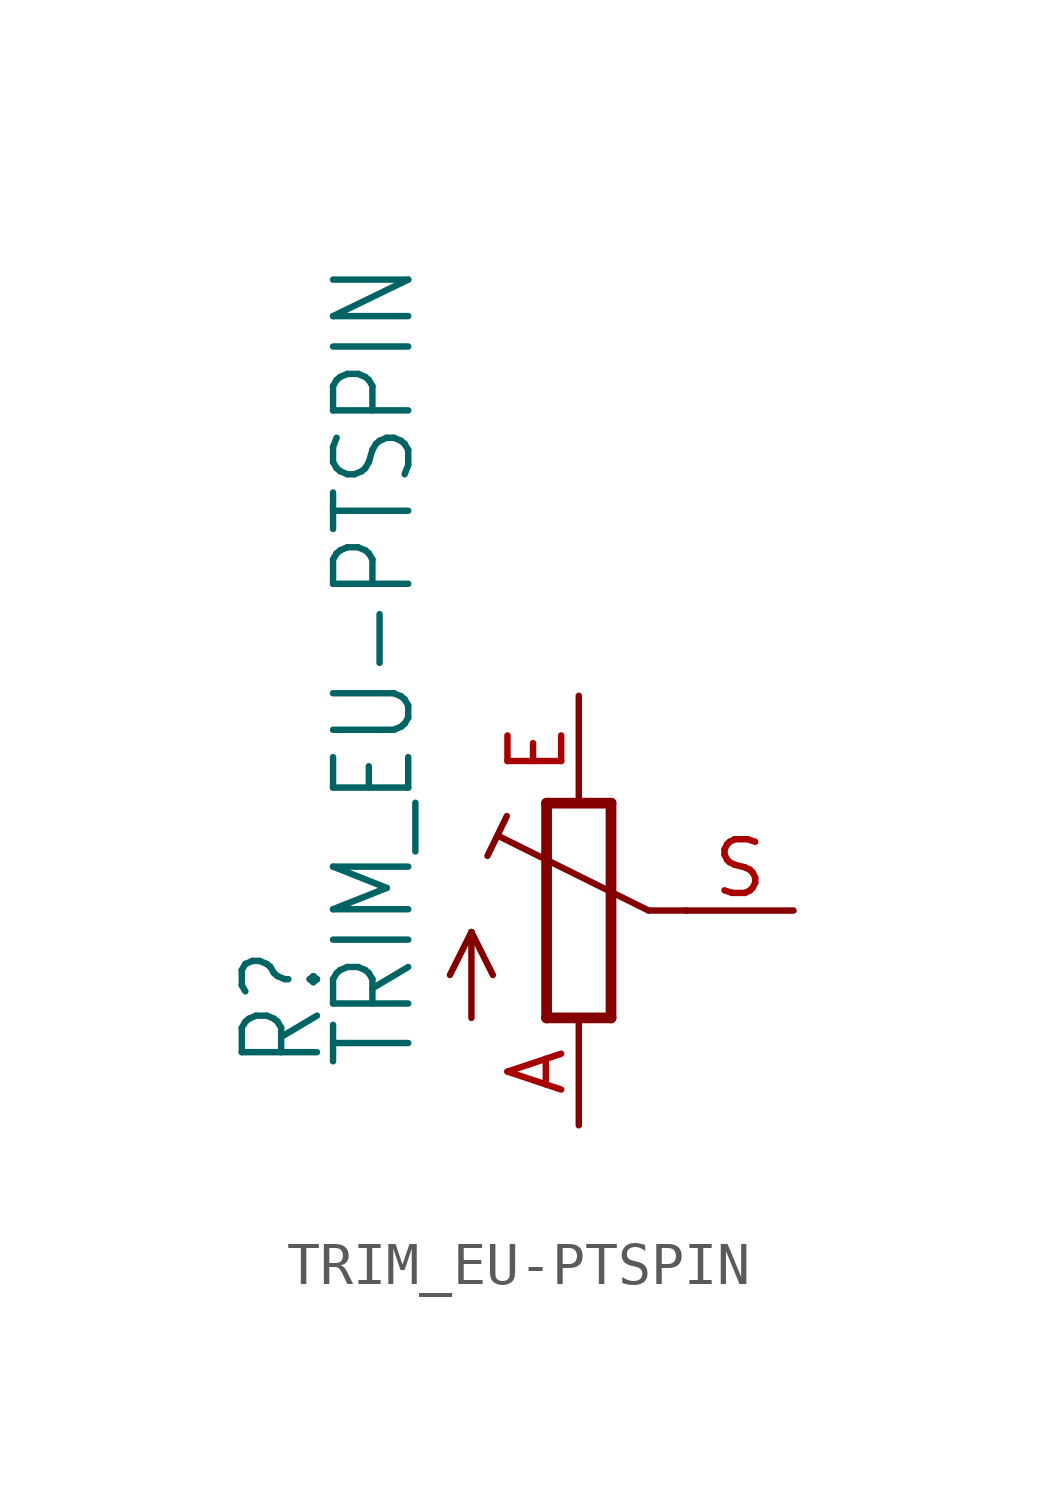
<source format=kicad_sym>
(kicad_symbol_lib
  (version 20211014)
  (generator kicad_symbol_editor)
  (symbol "TRIM_EU-PTSPIN"
    (property "Reference" "R"
      (at -5.969 -3.81 90)
      (effects (font (size 1.778 1.511)) (justify left bottom)))
    (property "Value" "TRIM_EU-PTSPIN"
      (at -3.81 -3.81 90)
      (effects (font (size 1.778 1.511)) (justify left bottom)))
    (property "ki_locked" ""
      (at 0 0 0)
      (effects (font (size 1.27 1.27))))
    (symbol "TRIM_EU-PTSPIN_1_0"
      (polyline (pts (xy -2.54 -2.54) (xy -2.54 -0.508)) (stroke (width 0.152) (type default) (color 0 0 0 0)) (fill (type none)))
      (polyline (pts (xy -2.54 -0.508) (xy -3.048 -1.524)) (stroke (width 0.152) (type default) (color 0 0 0 0)) (fill (type none)))
      (polyline (pts (xy -2.54 -0.508) (xy -2.032 -1.524)) (stroke (width 0.152) (type default) (color 0 0 0 0)) (fill (type none)))
      (polyline (pts (xy -2.16 1.294) (xy -1.702 2.235)) (stroke (width 0.152) (type default) (color 0 0 0 0)) (fill (type none)))
      (polyline (pts (xy -0.762 -2.54) (xy 0.762 -2.54)) (stroke (width 0.254) (type default) (color 0 0 0 0)) (fill (type none)))
      (polyline (pts (xy -0.762 2.54) (xy -0.762 -2.54)) (stroke (width 0.254) (type default) (color 0 0 0 0)) (fill (type none)))
      (polyline (pts (xy 0.762 -2.54) (xy 0.762 2.54)) (stroke (width 0.254) (type default) (color 0 0 0 0)) (fill (type none)))
      (polyline (pts (xy 0.762 2.54) (xy -0.762 2.54)) (stroke (width 0.254) (type default) (color 0 0 0 0)) (fill (type none)))
      (polyline (pts (xy 1.651 0) (xy -1.88 1.753)) (stroke (width 0.152) (type default) (color 0 0 0 0)) (fill (type none)))
      (polyline (pts (xy 2.54 0) (xy 1.651 0)) (stroke (width 0.152) (type default) (color 0 0 0 0)) (fill (type none)))
      (pin passive line (at 0 -5.08 90) (length 2.54) (name "A" (effects (font (size 0 0)))) (number "A" (effects (font (size 1.27 1.27)))))
      (pin passive line (at 0 5.08 270) (length 2.54) (name "E" (effects (font (size 0 0)))) (number "E" (effects (font (size 1.27 1.27)))))
      (pin passive line (at 5.08 0 180) (length 2.54) (name "S" (effects (font (size 0 0)))) (number "S" (effects (font (size 1.27 1.27))))))))
</source>
